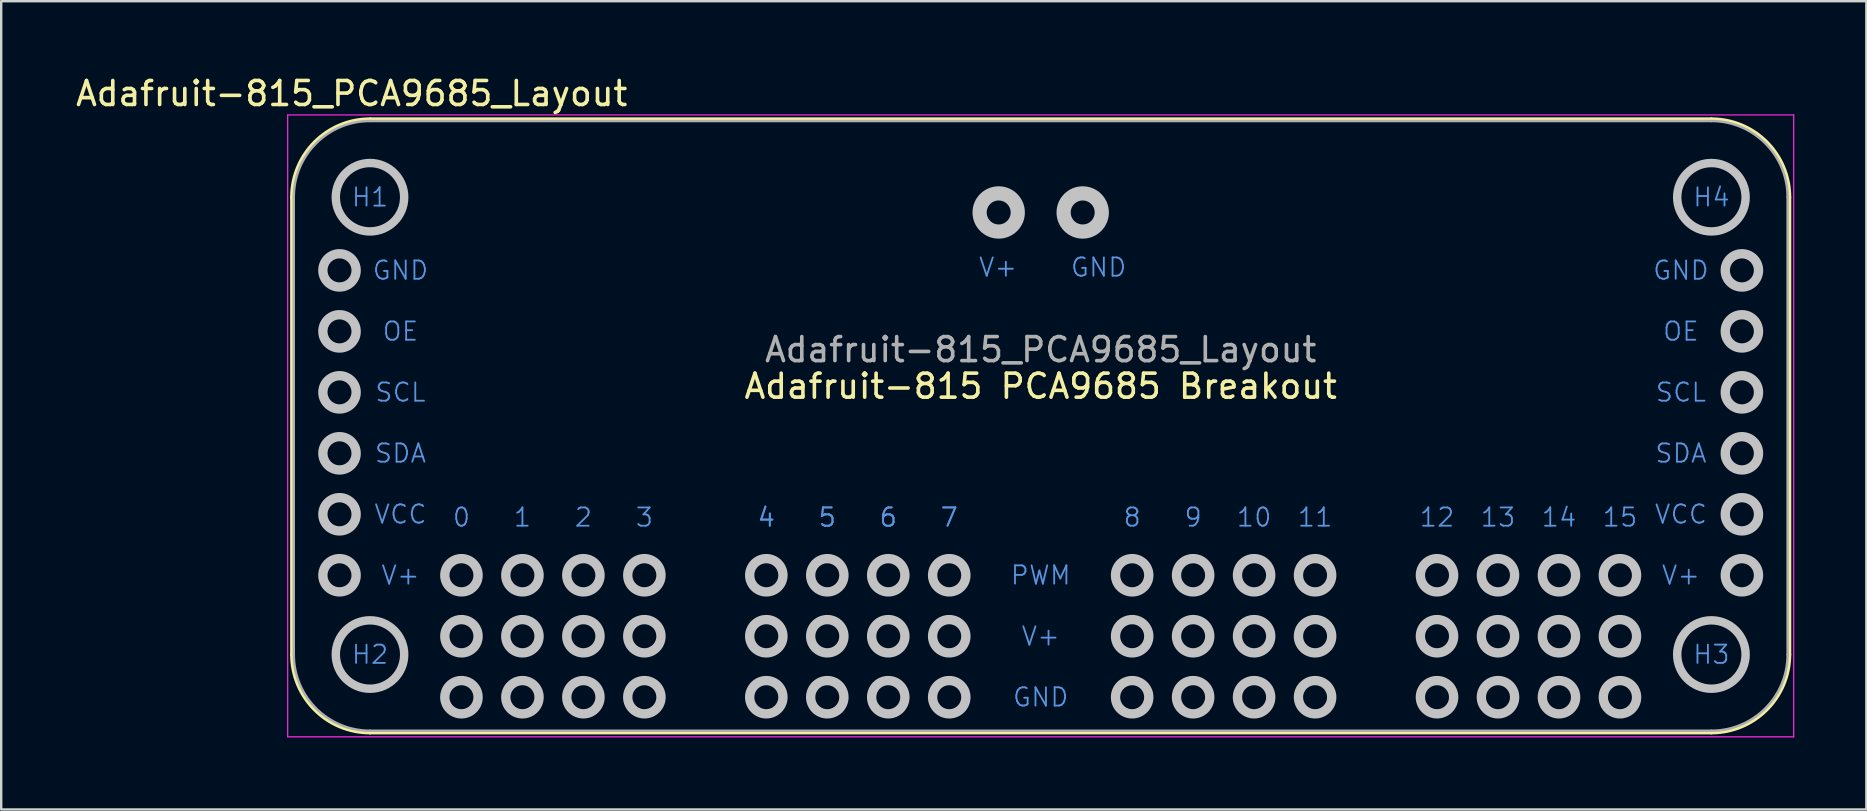
<source format=kicad_pcb>
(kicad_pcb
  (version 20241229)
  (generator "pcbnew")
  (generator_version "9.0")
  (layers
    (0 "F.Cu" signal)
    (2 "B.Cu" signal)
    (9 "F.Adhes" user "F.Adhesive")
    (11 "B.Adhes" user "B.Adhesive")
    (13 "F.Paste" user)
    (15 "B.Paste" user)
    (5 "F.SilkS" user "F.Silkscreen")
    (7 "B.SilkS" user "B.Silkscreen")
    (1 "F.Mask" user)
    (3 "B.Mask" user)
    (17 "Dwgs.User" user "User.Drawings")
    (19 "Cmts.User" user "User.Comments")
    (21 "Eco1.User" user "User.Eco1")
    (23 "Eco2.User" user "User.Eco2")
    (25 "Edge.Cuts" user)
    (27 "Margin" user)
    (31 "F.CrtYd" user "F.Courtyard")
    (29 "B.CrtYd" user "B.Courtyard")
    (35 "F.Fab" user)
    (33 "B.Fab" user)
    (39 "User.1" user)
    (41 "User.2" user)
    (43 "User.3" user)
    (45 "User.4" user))
  (footprint "Adafruit-815_PCA9685_Layout"
    (layer "F.Cu")
    (at 40.303 27.391)
    (property "Reference" "Adafruit-815_PCA9685_Layout" (at 0 -15.875 0) (layer "F.Fab") (effects (font (size 1 1) (thickness 0.15))))
    (attr through_hole)
    (fp_line (start -31.191 -22.225) (end -31.191 -3.175) (stroke (width 0.152) (type solid)) (layer "F.SilkS"))
    (fp_line (start -27.94 -25.476) (end 27.94 -25.476) (stroke (width 0.152) (type solid)) (layer "F.SilkS"))
    (fp_line (start -27.94 0.076) (end 27.94 0.076) (stroke (width 0.152) (type solid)) (layer "F.SilkS"))
    (fp_line (start 31.191 -22.225) (end 31.191 -3.175) (stroke (width 0.152) (type solid)) (layer "F.SilkS"))
    (fp_arc (start -31.1912 -22.225) (mid -30.238946 -24.523946) (end -27.94 -25.4762) (stroke (width 0.1524) (type solid)) (layer "F.SilkS"))
    (fp_arc (start -27.94 0.0762) (mid -30.238946 -0.876054) (end -31.1912 -3.175) (stroke (width 0.1524) (type solid)) (layer "F.SilkS"))
    (fp_arc (start 27.94 -25.4762) (mid 30.238946 -24.523946) (end 31.1912 -22.225) (stroke (width 0.1524) (type solid)) (layer "F.SilkS"))
    (fp_arc (start 31.1912 -3.175) (mid 30.238946 -0.876054) (end 27.94 0.0762) (stroke (width 0.1524) (type solid)) (layer "F.SilkS"))
    (fp_circle (center -29.21 -19.177) (end -29.21 -18.484) (stroke (width 0.389) (type solid)) (fill no) (layer "Dwgs.User"))
    (fp_circle (center -29.21 -16.637) (end -29.21 -15.944) (stroke (width 0.389) (type solid)) (fill no) (layer "Dwgs.User"))
    (fp_circle (center -29.21 -14.097) (end -29.21 -13.404) (stroke (width 0.389) (type solid)) (fill no) (layer "Dwgs.User"))
    (fp_circle (center -29.21 -11.557) (end -29.21 -10.864) (stroke (width 0.389) (type solid)) (fill no) (layer "Dwgs.User"))
    (fp_circle (center -29.21 -9.017) (end -29.21 -8.324) (stroke (width 0.389) (type solid)) (fill no) (layer "Dwgs.User"))
    (fp_circle (center -29.21 -6.477) (end -29.21 -5.784) (stroke (width 0.389) (type solid)) (fill no) (layer "Dwgs.User"))
    (fp_circle (center -27.94 -22.225) (end -27.94 -20.8) (stroke (width 0.351) (type solid)) (fill no) (layer "Dwgs.User"))
    (fp_circle (center -27.94 -3.175) (end -27.94 -1.75) (stroke (width 0.351) (type solid)) (fill no) (layer "Dwgs.User"))
    (fp_circle (center -24.13 -6.477) (end -24.13 -5.784) (stroke (width 0.389) (type solid)) (fill no) (layer "Dwgs.User"))
    (fp_circle (center -24.13 -3.937) (end -24.13 -3.244) (stroke (width 0.389) (type solid)) (fill no) (layer "Dwgs.User"))
    (fp_circle (center -24.13 -1.397) (end -24.13 -0.704) (stroke (width 0.389) (type solid)) (fill no) (layer "Dwgs.User"))
    (fp_circle (center -21.59 -6.477) (end -21.59 -5.784) (stroke (width 0.389) (type solid)) (fill no) (layer "Dwgs.User"))
    (fp_circle (center -21.59 -3.937) (end -21.59 -3.244) (stroke (width 0.389) (type solid)) (fill no) (layer "Dwgs.User"))
    (fp_circle (center -21.59 -1.397) (end -21.59 -0.704) (stroke (width 0.389) (type solid)) (fill no) (layer "Dwgs.User"))
    (fp_circle (center -19.05 -6.477) (end -19.05 -5.784) (stroke (width 0.389) (type solid)) (fill no) (layer "Dwgs.User"))
    (fp_circle (center -19.05 -3.937) (end -19.05 -3.244) (stroke (width 0.389) (type solid)) (fill no) (layer "Dwgs.User"))
    (fp_circle (center -19.05 -1.397) (end -19.05 -0.704) (stroke (width 0.389) (type solid)) (fill no) (layer "Dwgs.User"))
    (fp_circle (center -16.51 -6.477) (end -16.51 -5.784) (stroke (width 0.389) (type solid)) (fill no) (layer "Dwgs.User"))
    (fp_circle (center -16.51 -3.937) (end -16.51 -3.244) (stroke (width 0.389) (type solid)) (fill no) (layer "Dwgs.User"))
    (fp_circle (center -16.51 -1.397) (end -16.51 -0.704) (stroke (width 0.389) (type solid)) (fill no) (layer "Dwgs.User"))
    (fp_circle (center -11.43 -6.477) (end -11.43 -5.784) (stroke (width 0.389) (type solid)) (fill no) (layer "Dwgs.User"))
    (fp_circle (center -11.43 -3.937) (end -11.43 -3.244) (stroke (width 0.389) (type solid)) (fill no) (layer "Dwgs.User"))
    (fp_circle (center -11.43 -1.397) (end -11.43 -0.704) (stroke (width 0.389) (type solid)) (fill no) (layer "Dwgs.User"))
    (fp_circle (center -8.89 -6.477) (end -8.89 -5.784) (stroke (width 0.389) (type solid)) (fill no) (layer "Dwgs.User"))
    (fp_circle (center -8.89 -3.937) (end -8.89 -3.244) (stroke (width 0.389) (type solid)) (fill no) (layer "Dwgs.User"))
    (fp_circle (center -8.89 -1.397) (end -8.89 -0.704) (stroke (width 0.389) (type solid)) (fill no) (layer "Dwgs.User"))
    (fp_circle (center -6.35 -6.477) (end -6.35 -5.784) (stroke (width 0.389) (type solid)) (fill no) (layer "Dwgs.User"))
    (fp_circle (center -6.35 -3.937) (end -6.35 -3.244) (stroke (width 0.389) (type solid)) (fill no) (layer "Dwgs.User"))
    (fp_circle (center -6.35 -1.397) (end -6.35 -0.704) (stroke (width 0.389) (type solid)) (fill no) (layer "Dwgs.User"))
    (fp_circle (center -3.81 -6.477) (end -3.81 -5.784) (stroke (width 0.389) (type solid)) (fill no) (layer "Dwgs.User"))
    (fp_circle (center -3.81 -3.937) (end -3.81 -3.244) (stroke (width 0.389) (type solid)) (fill no) (layer "Dwgs.User"))
    (fp_circle (center -3.81 -1.397) (end -3.81 -0.704) (stroke (width 0.389) (type solid)) (fill no) (layer "Dwgs.User"))
    (fp_circle (center -1.75 -21.59) (end -1.75 -20.795) (stroke (width 0.592) (type solid)) (fill no) (layer "Dwgs.User"))
    (fp_circle (center 1.75 -21.59) (end 1.75 -20.795) (stroke (width 0.592) (type solid)) (fill no) (layer "Dwgs.User"))
    (fp_circle (center 3.81 -6.477) (end 3.81 -5.784) (stroke (width 0.389) (type solid)) (fill no) (layer "Dwgs.User"))
    (fp_circle (center 3.81 -3.937) (end 3.81 -3.244) (stroke (width 0.389) (type solid)) (fill no) (layer "Dwgs.User"))
    (fp_circle (center 3.81 -1.397) (end 3.81 -0.704) (stroke (width 0.389) (type solid)) (fill no) (layer "Dwgs.User"))
    (fp_circle (center 6.35 -6.477) (end 6.35 -5.784) (stroke (width 0.389) (type solid)) (fill no) (layer "Dwgs.User"))
    (fp_circle (center 6.35 -3.937) (end 6.35 -3.244) (stroke (width 0.389) (type solid)) (fill no) (layer "Dwgs.User"))
    (fp_circle (center 6.35 -1.397) (end 6.35 -0.704) (stroke (width 0.389) (type solid)) (fill no) (layer "Dwgs.User"))
    (fp_circle (center 8.89 -6.477) (end 8.89 -5.784) (stroke (width 0.389) (type solid)) (fill no) (layer "Dwgs.User"))
    (fp_circle (center 8.89 -3.937) (end 8.89 -3.244) (stroke (width 0.389) (type solid)) (fill no) (layer "Dwgs.User"))
    (fp_circle (center 8.89 -1.397) (end 8.89 -0.704) (stroke (width 0.389) (type solid)) (fill no) (layer "Dwgs.User"))
    (fp_circle (center 11.43 -6.477) (end 11.43 -5.784) (stroke (width 0.389) (type solid)) (fill no) (layer "Dwgs.User"))
    (fp_circle (center 11.43 -3.937) (end 11.43 -3.244) (stroke (width 0.389) (type solid)) (fill no) (layer "Dwgs.User"))
    (fp_circle (center 11.43 -1.397) (end 11.43 -0.704) (stroke (width 0.389) (type solid)) (fill no) (layer "Dwgs.User"))
    (fp_circle (center 16.51 -6.477) (end 16.51 -5.784) (stroke (width 0.389) (type solid)) (fill no) (layer "Dwgs.User"))
    (fp_circle (center 16.51 -3.937) (end 16.51 -3.244) (stroke (width 0.389) (type solid)) (fill no) (layer "Dwgs.User"))
    (fp_circle (center 16.51 -1.397) (end 16.51 -0.704) (stroke (width 0.389) (type solid)) (fill no) (layer "Dwgs.User"))
    (fp_circle (center 19.05 -6.477) (end 19.05 -5.784) (stroke (width 0.389) (type solid)) (fill no) (layer "Dwgs.User"))
    (fp_circle (center 19.05 -3.937) (end 19.05 -3.244) (stroke (width 0.389) (type solid)) (fill no) (layer "Dwgs.User"))
    (fp_circle (center 19.05 -1.397) (end 19.05 -0.704) (stroke (width 0.389) (type solid)) (fill no) (layer "Dwgs.User"))
    (fp_circle (center 21.59 -6.477) (end 21.59 -5.784) (stroke (width 0.389) (type solid)) (fill no) (layer "Dwgs.User"))
    (fp_circle (center 21.59 -3.937) (end 21.59 -3.244) (stroke (width 0.389) (type solid)) (fill no) (layer "Dwgs.User"))
    (fp_circle (center 21.59 -1.397) (end 21.59 -0.704) (stroke (width 0.389) (type solid)) (fill no) (layer "Dwgs.User"))
    (fp_circle (center 24.13 -6.477) (end 24.13 -5.784) (stroke (width 0.389) (type solid)) (fill no) (layer "Dwgs.User"))
    (fp_circle (center 24.13 -3.937) (end 24.13 -3.244) (stroke (width 0.389) (type solid)) (fill no) (layer "Dwgs.User"))
    (fp_circle (center 24.13 -1.397) (end 24.13 -0.704) (stroke (width 0.389) (type solid)) (fill no) (layer "Dwgs.User"))
    (fp_circle (center 27.94 -22.225) (end 27.94 -20.8) (stroke (width 0.351) (type solid)) (fill no) (layer "Dwgs.User"))
    (fp_circle (center 27.94 -3.175) (end 27.94 -1.75) (stroke (width 0.351) (type solid)) (fill no) (layer "Dwgs.User"))
    (fp_circle (center 29.21 -19.177) (end 29.21 -18.484) (stroke (width 0.389) (type solid)) (fill no) (layer "Dwgs.User"))
    (fp_circle (center 29.21 -16.637) (end 29.21 -15.944) (stroke (width 0.389) (type solid)) (fill no) (layer "Dwgs.User"))
    (fp_circle (center 29.21 -14.097) (end 29.21 -13.404) (stroke (width 0.389) (type solid)) (fill no) (layer "Dwgs.User"))
    (fp_circle (center 29.21 -11.557) (end 29.21 -10.864) (stroke (width 0.389) (type solid)) (fill no) (layer "Dwgs.User"))
    (fp_circle (center 29.21 -9.017) (end 29.21 -8.324) (stroke (width 0.389) (type solid)) (fill no) (layer "Dwgs.User"))
    (fp_circle (center 29.21 -6.477) (end 29.21 -5.784) (stroke (width 0.389) (type solid)) (fill no) (layer "Dwgs.User"))
    (fp_line (start -31.369 -25.654) (end 31.369 -25.654) (stroke (width 0.051) (type solid)) (layer "F.CrtYd"))
    (fp_line (start -31.369 0.254) (end -31.369 -25.654) (stroke (width 0.051) (type solid)) (layer "F.CrtYd"))
    (fp_line (start 31.369 -25.654) (end 31.369 0.254) (stroke (width 0.051) (type solid)) (layer "F.CrtYd"))
    (fp_line (start 31.369 0.254) (end -31.369 0.254) (stroke (width 0.051) (type solid)) (layer "F.CrtYd"))
    (fp_line (start -31.115 -22.225) (end -31.115 -3.175) (stroke (width 0.102) (type solid)) (layer "F.Fab"))
    (fp_line (start -27.94 -25.4) (end 27.94 -25.4) (stroke (width 0.102) (type solid)) (layer "F.Fab"))
    (fp_line (start -27.94 0) (end 27.94 0) (stroke (width 0.102) (type solid)) (layer "F.Fab"))
    (fp_line (start 31.115 -22.225) (end 31.115 -3.175) (stroke (width 0.102) (type solid)) (layer "F.Fab"))
    (fp_arc (start -31.115 -22.225) (mid -30.185064 -24.470064) (end -27.94 -25.4) (stroke (width 0.1016) (type solid)) (layer "F.Fab"))
    (fp_arc (start -27.94 0) (mid -30.185064 -0.929936) (end -31.115 -3.175) (stroke (width 0.1016) (type solid)) (layer "F.Fab"))
    (fp_arc (start 27.94 -25.4) (mid 30.185064 -24.470064) (end 31.115 -22.225) (stroke (width 0.1016) (type solid)) (layer "F.Fab"))
    (fp_arc (start 31.115 -3.175) (mid 30.185064 -0.929936) (end 27.94 0) (stroke (width 0.1016) (type solid)) (layer "F.Fab"))
    (fp_text user "${REFERENCE}" (at -28.702 -26.543 0) (layer "F.SilkS") (effects (font (size 1 1) (thickness 0.15))))
    (fp_text user "Adafruit-815 PCA9685 Breakout" (at 0 -14.351 0) (layer "F.SilkS") (effects (font (size 1 1) (thickness 0.15))))
    (fp_text user "5" (at -8.89 -8.89 0) (layer "Cmts.User") (effects (font (size 0.762 0.762) (thickness 0.076))))
    (fp_text user "VCC" (at -26.67 -9.017 0) (layer "Cmts.User") (effects (font (size 0.762 0.762) (thickness 0.076))))
    (fp_text user "OE" (at -26.67 -16.637 0) (layer "Cmts.User") (effects (font (size 0.762 0.762) (thickness 0.076))))
    (fp_text user "7" (at -3.81 -8.89 0) (layer "Cmts.User") (effects (font (size 0.762 0.762) (thickness 0.076))))
    (fp_text user "11" (at 11.43 -8.89 0) (layer "Cmts.User") (effects (font (size 0.762 0.762) (thickness 0.076))))
    (fp_text user "SCL" (at 26.67 -14.097 0) (layer "Cmts.User") (effects (font (size 0.762 0.762) (thickness 0.076))))
    (fp_text user "SDA" (at -26.67 -11.557 0) (layer "Cmts.User") (effects (font (size 0.762 0.762) (thickness 0.076))))
    (fp_text user "5" (at -8.89 -8.89 0) (layer "Cmts.User") (effects (font (size 0.762 0.762) (thickness 0.076))))
    (fp_text user "8" (at 3.81 -8.89 0) (layer "Cmts.User") (effects (font (size 0.762 0.762) (thickness 0.076))))
    (fp_text user "9" (at 6.35 -8.89 0) (layer "Cmts.User") (effects (font (size 0.762 0.762) (thickness 0.076))))
    (fp_text user "PWM" (at 0 -6.477 0) (layer "Cmts.User") (effects (font (size 0.762 0.762) (thickness 0.076))))
    (fp_text user "V+" (at -26.67 -6.477 0) (layer "Cmts.User") (effects (font (size 0.762 0.762) (thickness 0.076))))
    (fp_text user "14" (at 21.59 -8.89 0) (layer "Cmts.User") (effects (font (size 0.762 0.762) (thickness 0.076))))
    (fp_text user "GND" (at 26.67 -19.177 0) (layer "Cmts.User") (effects (font (size 0.762 0.762) (thickness 0.076))))
    (fp_text user "GND" (at -26.67 -19.177 0) (layer "Cmts.User") (effects (font (size 0.762 0.762) (thickness 0.076))))
    (fp_text user "SDA" (at 26.67 -11.557 0) (layer "Cmts.User") (effects (font (size 0.762 0.762) (thickness 0.076))))
    (fp_text user "H4" (at 27.94 -22.225 0) (layer "Cmts.User") (effects (font (size 0.762 0.762) (thickness 0.076))))
    (fp_text user "6" (at -6.35 -8.89 0) (layer "Cmts.User") (effects (font (size 0.762 0.762) (thickness 0.076))))
    (fp_text user "3" (at -16.51 -8.89 0) (layer "Cmts.User") (effects (font (size 0.762 0.762) (thickness 0.076))))
    (fp_text user "7" (at -3.81 -8.89 0) (layer "Cmts.User") (effects (font (size 0.762 0.762) (thickness 0.076))))
    (fp_text user "2" (at -19.05 -8.89 0) (layer "Cmts.User") (effects (font (size 0.762 0.762) (thickness 0.076))))
    (fp_text user "1" (at -21.59 -8.89 0) (layer "Cmts.User") (effects (font (size 0.762 0.762) (thickness 0.076))))
    (fp_text user "4" (at -11.43 -8.89 0) (layer "Cmts.User") (effects (font (size 0.762 0.762) (thickness 0.076))))
    (fp_text user "13" (at 19.05 -8.89 0) (layer "Cmts.User") (effects (font (size 0.762 0.762) (thickness 0.076))))
    (fp_text user "SCL" (at -26.67 -14.097 0) (layer "Cmts.User") (effects (font (size 0.762 0.762) (thickness 0.076))))
    (fp_text user "6" (at -6.35 -8.89 0) (layer "Cmts.User") (effects (font (size 0.762 0.762) (thickness 0.076))))
    (fp_text user "OE" (at 26.67 -16.637 0) (layer "Cmts.User") (effects (font (size 0.762 0.762) (thickness 0.076))))
    (fp_text user "12" (at 16.51 -8.89 0) (layer "Cmts.User") (effects (font (size 0.762 0.762) (thickness 0.076))))
    (fp_text user "10" (at 8.89 -8.89 0) (layer "Cmts.User") (effects (font (size 0.762 0.762) (thickness 0.076))))
    (fp_text user "H2" (at -27.94 -3.175 0) (layer "Cmts.User") (effects (font (size 0.762 0.762) (thickness 0.076))))
    (fp_text user "H3" (at 27.94 -3.175 0) (layer "Cmts.User") (effects (font (size 0.762 0.762) (thickness 0.076))))
    (fp_text user "V+" (at 0 -3.937 0) (layer "Cmts.User") (effects (font (size 0.762 0.762) (thickness 0.076))))
    (fp_text user "0" (at -24.13 -8.89 0) (layer "Cmts.User") (effects (font (size 0.762 0.762) (thickness 0.076))))
    (fp_text user "GND" (at 2.413 -19.304 0) (layer "Cmts.User") (effects (font (size 0.762 0.762) (thickness 0.076))))
    (fp_text user "V+" (at -1.778 -19.304 0) (layer "Cmts.User") (effects (font (size 0.762 0.762) (thickness 0.076))))
    (fp_text user "V+" (at 26.67 -6.477 0) (layer "Cmts.User") (effects (font (size 0.762 0.762) (thickness 0.076))))
    (fp_text user "H1" (at -27.94 -22.225 0) (layer "Cmts.User") (effects (font (size 0.762 0.762) (thickness 0.076))))
    (fp_text user "GND" (at 0 -1.397 0) (layer "Cmts.User") (effects (font (size 0.762 0.762) (thickness 0.076))))
    (fp_text user "VCC" (at 26.67 -9.017 0) (layer "Cmts.User") (effects (font (size 0.762 0.762) (thickness 0.076))))
    (fp_text user "4" (at -11.43 -8.89 0) (layer "Cmts.User") (effects (font (size 0.762 0.762) (thickness 0.076))))
    (fp_text user "15" (at 24.13 -8.89 0) (layer "Cmts.User") (effects (font (size 0.762 0.762) (thickness 0.076))))
    (fp_text user "${REFERENCE}" (at -24.003 -22.225 0) (layer "Eco1.User") (effects (font (size 0.762 0.762) (thickness 0.076)))))
  (gr_rect
    (start -3 -3)
    (end 74.698 30.671)
    (stroke (width 0.1) (type default))
    (fill no)
    (layer "Edge.Cuts")))
</source>
